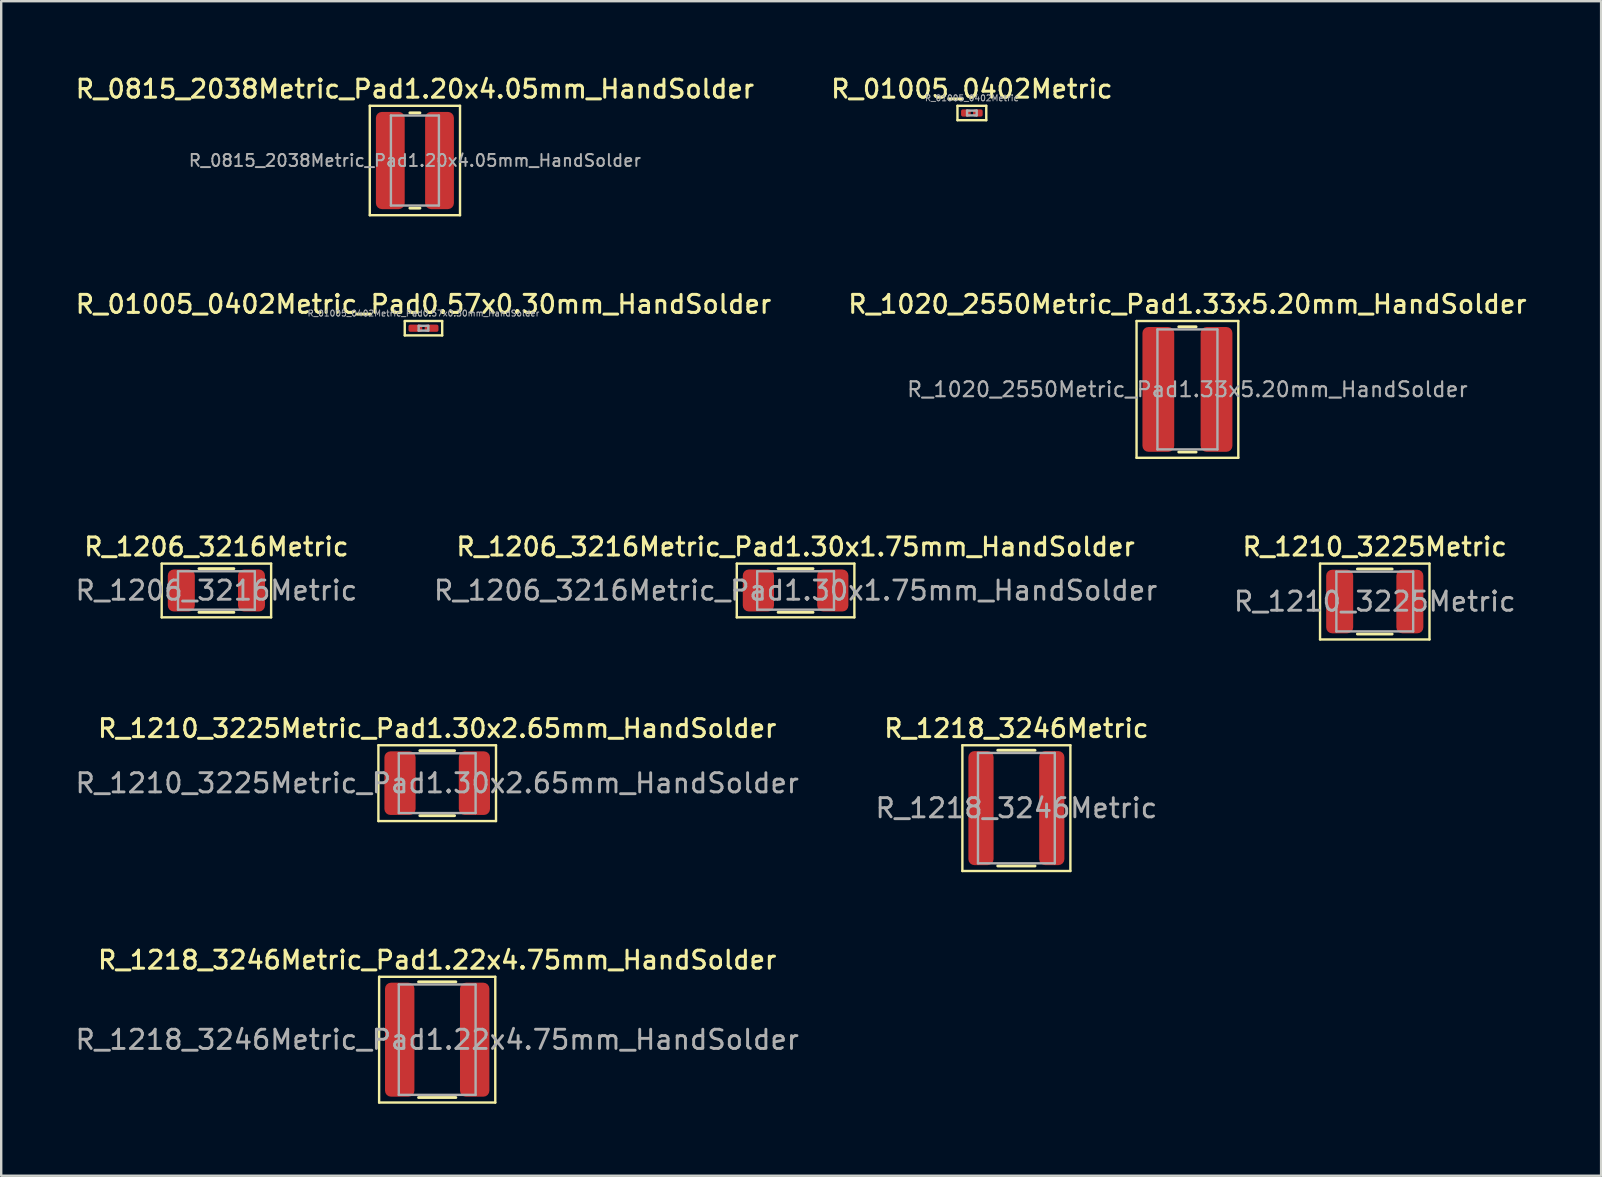
<source format=kicad_pcb>
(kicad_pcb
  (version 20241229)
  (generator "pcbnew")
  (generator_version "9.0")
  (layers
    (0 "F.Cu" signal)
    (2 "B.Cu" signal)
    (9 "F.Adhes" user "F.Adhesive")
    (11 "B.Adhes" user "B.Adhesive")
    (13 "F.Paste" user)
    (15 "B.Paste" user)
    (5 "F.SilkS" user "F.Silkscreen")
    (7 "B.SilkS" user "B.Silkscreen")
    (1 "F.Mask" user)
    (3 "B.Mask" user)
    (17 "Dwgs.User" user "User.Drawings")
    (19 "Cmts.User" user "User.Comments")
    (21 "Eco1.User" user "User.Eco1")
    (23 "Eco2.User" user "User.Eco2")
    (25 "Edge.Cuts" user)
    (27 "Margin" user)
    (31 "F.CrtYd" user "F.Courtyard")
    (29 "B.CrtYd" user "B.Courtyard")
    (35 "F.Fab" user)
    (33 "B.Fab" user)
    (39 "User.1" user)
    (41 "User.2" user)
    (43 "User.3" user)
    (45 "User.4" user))
  (footprint "R_1206_3216Metric"
    (layer "F.Cu")
    (at 5.967 21.554)
    (property "Reference" "R_1206_3216Metric" (at 0 -1.82 0) (layer "F.SilkS") (effects (font (size 0.75 0.75) (thickness 0.125))))
    (attr smd)
    (fp_line (start -2.28 -1.12) (end 2.28 -1.12) (stroke (width 0.1) (type solid)) (layer "F.SilkS"))
    (fp_line (start -2.28 1.12) (end -2.28 -1.12) (stroke (width 0.1) (type solid)) (layer "F.SilkS"))
    (fp_line (start -0.727 -0.91) (end 0.727 -0.91) (stroke (width 0.12) (type solid)) (layer "F.SilkS"))
    (fp_line (start -0.727 0.91) (end 0.727 0.91) (stroke (width 0.12) (type solid)) (layer "F.SilkS"))
    (fp_line (start 2.28 -1.12) (end 2.28 1.12) (stroke (width 0.1) (type solid)) (layer "F.SilkS"))
    (fp_line (start 2.28 1.12) (end -2.28 1.12) (stroke (width 0.1) (type solid)) (layer "F.SilkS"))
    (fp_line (start -1.6 -0.8) (end 1.6 -0.8) (stroke (width 0.1) (type solid)) (layer "F.Fab"))
    (fp_line (start -1.6 0.8) (end -1.6 -0.8) (stroke (width 0.1) (type solid)) (layer "F.Fab"))
    (fp_line (start 1.6 -0.8) (end 1.6 0.8) (stroke (width 0.1) (type solid)) (layer "F.Fab"))
    (fp_line (start 1.6 0.8) (end -1.6 0.8) (stroke (width 0.1) (type solid)) (layer "F.Fab"))
    (fp_text user "${REFERENCE}" (at 0 0 0) (layer "F.Fab") (effects (font (size 0.8 0.8) (thickness 0.12))))
    (pad "1" smd roundrect (at -1.462 0) (size 1.125 1.75) (layers "F.Cu" "F.Mask" "F.Paste") (roundrect_rratio 0.222))
    (pad "2" smd roundrect (at 1.462 0) (size 1.125 1.75) (layers "F.Cu" "F.Mask" "F.Paste") (roundrect_rratio 0.222)))
  (footprint "R_0815_2038Metric_Pad1.20x4.05mm_HandSolder"
    (layer "F.Cu")
    (at 14.238 3.638)
    (property "Reference" "R_0815_2038Metric_Pad1.20x4.05mm_HandSolder" (at 0 -2.98 0) (layer "F.SilkS") (effects (font (size 0.75 0.75) (thickness 0.125))))
    (attr smd)
    (fp_line (start -1.88 -2.28) (end 1.88 -2.28) (stroke (width 0.1) (type solid)) (layer "F.SilkS"))
    (fp_line (start -1.88 2.28) (end -1.88 -2.28) (stroke (width 0.1) (type solid)) (layer "F.SilkS"))
    (fp_line (start -0.21 -1.985) (end 0.21 -1.985) (stroke (width 0.12) (type solid)) (layer "F.SilkS"))
    (fp_line (start -0.21 1.985) (end 0.21 1.985) (stroke (width 0.12) (type solid)) (layer "F.SilkS"))
    (fp_line (start 1.88 -2.28) (end 1.88 2.28) (stroke (width 0.1) (type solid)) (layer "F.SilkS"))
    (fp_line (start 1.88 2.28) (end -1.88 2.28) (stroke (width 0.1) (type solid)) (layer "F.SilkS"))
    (fp_line (start -1 -1.875) (end 1 -1.875) (stroke (width 0.1) (type solid)) (layer "F.Fab"))
    (fp_line (start -1 1.875) (end -1 -1.875) (stroke (width 0.1) (type solid)) (layer "F.Fab"))
    (fp_line (start 1 -1.875) (end 1 1.875) (stroke (width 0.1) (type solid)) (layer "F.Fab"))
    (fp_line (start 1 1.875) (end -1 1.875) (stroke (width 0.1) (type solid)) (layer "F.Fab"))
    (fp_text user "${REFERENCE}" (at 0 0 0) (layer "F.Fab") (effects (font (size 0.5 0.5) (thickness 0.08))))
    (pad "1" smd roundrect (at -1.025 0) (size 1.2 4.05) (layers "F.Cu" "F.Mask" "F.Paste") (roundrect_rratio 0.208))
    (pad "2" smd roundrect (at 1.025 0) (size 1.2 4.05) (layers "F.Cu" "F.Mask" "F.Paste") (roundrect_rratio 0.208)))
  (footprint "R_01005_0402Metric"
    (layer "F.Cu")
    (at 37.445 1.658)
    (property "Reference" "R_01005_0402Metric" (at 0 -1 0) (layer "F.SilkS") (effects (font (size 0.75 0.75) (thickness 0.125))))
    (attr smd)
    (fp_line (start -0.6 -0.3) (end 0.6 -0.3) (stroke (width 0.1) (type solid)) (layer "F.SilkS"))
    (fp_line (start -0.6 0.3) (end -0.6 -0.3) (stroke (width 0.1) (type solid)) (layer "F.SilkS"))
    (fp_line (start 0.6 -0.3) (end 0.6 0.3) (stroke (width 0.1) (type solid)) (layer "F.SilkS"))
    (fp_line (start 0.6 0.3) (end -0.6 0.3) (stroke (width 0.1) (type solid)) (layer "F.SilkS"))
    (fp_line (start -0.2 -0.1) (end 0.2 -0.1) (stroke (width 0.1) (type solid)) (layer "F.Fab"))
    (fp_line (start -0.2 0.1) (end -0.2 -0.1) (stroke (width 0.1) (type solid)) (layer "F.Fab"))
    (fp_line (start 0.2 -0.1) (end 0.2 0.1) (stroke (width 0.1) (type solid)) (layer "F.Fab"))
    (fp_line (start 0.2 0.1) (end -0.2 0.1) (stroke (width 0.1) (type solid)) (layer "F.Fab"))
    (fp_text user "${REFERENCE}" (at 0 -0.62 0) (layer "F.Fab") (effects (font (size 0.25 0.25) (thickness 0.04))))
    (pad "" smd roundrect (at -0.275 0) (size 0.27 0.27) (layers "F.Paste") (roundrect_rratio 0.25))
    (pad "" smd roundrect (at 0.275 0) (size 0.27 0.27) (layers "F.Paste") (roundrect_rratio 0.25))
    (pad "1" smd roundrect (at -0.25 0) (size 0.4 0.3) (layers "F.Cu" "F.Mask") (roundrect_rratio 0.25))
    (pad "2" smd roundrect (at 0.25 0) (size 0.4 0.3) (layers "F.Cu" "F.Mask") (roundrect_rratio 0.25)))
  (footprint "R_1218_3246Metric"
    (layer "F.Cu")
    (at 39.3 30.622)
    (property "Reference" "R_1218_3246Metric" (at 0 -3.32 0) (layer "F.SilkS") (effects (font (size 0.75 0.75) (thickness 0.125))))
    (attr smd)
    (fp_line (start -2.25 -2.62) (end 2.25 -2.62) (stroke (width 0.1) (type solid)) (layer "F.SilkS"))
    (fp_line (start -2.25 2.62) (end -2.25 -2.62) (stroke (width 0.1) (type solid)) (layer "F.SilkS"))
    (fp_line (start -0.777 -2.41) (end 0.777 -2.41) (stroke (width 0.12) (type solid)) (layer "F.SilkS"))
    (fp_line (start -0.777 2.41) (end 0.777 2.41) (stroke (width 0.12) (type solid)) (layer "F.SilkS"))
    (fp_line (start 2.25 -2.62) (end 2.25 2.62) (stroke (width 0.1) (type solid)) (layer "F.SilkS"))
    (fp_line (start 2.25 2.62) (end -2.25 2.62) (stroke (width 0.1) (type solid)) (layer "F.SilkS"))
    (fp_line (start -1.6 -2.3) (end 1.6 -2.3) (stroke (width 0.1) (type solid)) (layer "F.Fab"))
    (fp_line (start -1.6 2.3) (end -1.6 -2.3) (stroke (width 0.1) (type solid)) (layer "F.Fab"))
    (fp_line (start 1.6 -2.3) (end 1.6 2.3) (stroke (width 0.1) (type solid)) (layer "F.Fab"))
    (fp_line (start 1.6 2.3) (end -1.6 2.3) (stroke (width 0.1) (type solid)) (layer "F.Fab"))
    (fp_text user "${REFERENCE}" (at 0 0 0) (layer "F.Fab") (effects (font (size 0.8 0.8) (thickness 0.12))))
    (pad "1" smd roundrect (at -1.475 0) (size 1.05 4.75) (layers "F.Cu" "F.Mask" "F.Paste") (roundrect_rratio 0.238))
    (pad "2" smd roundrect (at 1.475 0) (size 1.05 4.75) (layers "F.Cu" "F.Mask" "F.Paste") (roundrect_rratio 0.238)))
  (footprint "R_1210_3225Metric"
    (layer "F.Cu")
    (at 54.233 22.014)
    (property "Reference" "R_1210_3225Metric" (at 0 -2.28 0) (layer "F.SilkS") (effects (font (size 0.75 0.75) (thickness 0.125))))
    (attr smd)
    (fp_line (start -2.28 -1.58) (end 2.28 -1.58) (stroke (width 0.1) (type solid)) (layer "F.SilkS"))
    (fp_line (start -2.28 1.58) (end -2.28 -1.58) (stroke (width 0.1) (type solid)) (layer "F.SilkS"))
    (fp_line (start -0.724 -1.355) (end 0.724 -1.355) (stroke (width 0.12) (type solid)) (layer "F.SilkS"))
    (fp_line (start -0.724 1.355) (end 0.724 1.355) (stroke (width 0.12) (type solid)) (layer "F.SilkS"))
    (fp_line (start 2.28 -1.58) (end 2.28 1.58) (stroke (width 0.1) (type solid)) (layer "F.SilkS"))
    (fp_line (start 2.28 1.58) (end -2.28 1.58) (stroke (width 0.1) (type solid)) (layer "F.SilkS"))
    (fp_line (start -1.6 -1.245) (end 1.6 -1.245) (stroke (width 0.1) (type solid)) (layer "F.Fab"))
    (fp_line (start -1.6 1.245) (end -1.6 -1.245) (stroke (width 0.1) (type solid)) (layer "F.Fab"))
    (fp_line (start 1.6 -1.245) (end 1.6 1.245) (stroke (width 0.1) (type solid)) (layer "F.Fab"))
    (fp_line (start 1.6 1.245) (end -1.6 1.245) (stroke (width 0.1) (type solid)) (layer "F.Fab"))
    (fp_text user "${REFERENCE}" (at 0 0 0) (layer "F.Fab") (effects (font (size 0.8 0.8) (thickness 0.12))))
    (pad "1" smd roundrect (at -1.462 0) (size 1.125 2.65) (layers "F.Cu" "F.Mask" "F.Paste") (roundrect_rratio 0.222))
    (pad "2" smd roundrect (at 1.462 0) (size 1.125 2.65) (layers "F.Cu" "F.Mask" "F.Paste") (roundrect_rratio 0.222)))
  (footprint "R_01005_0402Metric_Pad0.57x0.30mm_HandSolder"
    (layer "F.Cu")
    (at 14.595 10.626)
    (property "Reference" "R_01005_0402Metric_Pad0.57x0.30mm_HandSolder" (at 0 -1 0) (layer "F.SilkS") (effects (font (size 0.75 0.75) (thickness 0.125))))
    (attr smd)
    (fp_line (start -0.78 -0.3) (end 0.78 -0.3) (stroke (width 0.1) (type solid)) (layer "F.SilkS"))
    (fp_line (start -0.78 0.3) (end -0.78 -0.3) (stroke (width 0.1) (type solid)) (layer "F.SilkS"))
    (fp_line (start 0.78 -0.3) (end 0.78 0.3) (stroke (width 0.1) (type solid)) (layer "F.SilkS"))
    (fp_line (start 0.78 0.3) (end -0.78 0.3) (stroke (width 0.1) (type solid)) (layer "F.SilkS"))
    (fp_line (start -0.2 -0.1) (end 0.2 -0.1) (stroke (width 0.1) (type solid)) (layer "F.Fab"))
    (fp_line (start -0.2 0.1) (end -0.2 -0.1) (stroke (width 0.1) (type solid)) (layer "F.Fab"))
    (fp_line (start 0.2 -0.1) (end 0.2 0.1) (stroke (width 0.1) (type solid)) (layer "F.Fab"))
    (fp_line (start 0.2 0.1) (end -0.2 0.1) (stroke (width 0.1) (type solid)) (layer "F.Fab"))
    (fp_text user "${REFERENCE}" (at 0 -0.62 0) (layer "F.Fab") (effects (font (size 0.25 0.25) (thickness 0.04))))
    (pad "" smd roundrect (at -0.362 0) (size 0.41 0.27) (layers "F.Paste") (roundrect_rratio 0.25))
    (pad "" smd roundrect (at 0.362 0) (size 0.41 0.27) (layers "F.Paste") (roundrect_rratio 0.25))
    (pad "1" smd roundrect (at -0.338 0) (size 0.575 0.3) (layers "F.Cu" "F.Mask") (roundrect_rratio 0.25))
    (pad "2" smd roundrect (at 0.338 0) (size 0.575 0.3) (layers "F.Cu" "F.Mask") (roundrect_rratio 0.25)))
  (footprint "R_1206_3216Metric_Pad1.30x1.75mm_HandSolder"
    (layer "F.Cu")
    (at 30.1 21.554)
    (property "Reference" "R_1206_3216Metric_Pad1.30x1.75mm_HandSolder" (at 0 -1.82 0) (layer "F.SilkS") (effects (font (size 0.75 0.75) (thickness 0.125))))
    (attr smd)
    (fp_line (start -2.45 -1.12) (end 2.45 -1.12) (stroke (width 0.1) (type solid)) (layer "F.SilkS"))
    (fp_line (start -2.45 1.12) (end -2.45 -1.12) (stroke (width 0.1) (type solid)) (layer "F.SilkS"))
    (fp_line (start -0.727 -0.91) (end 0.727 -0.91) (stroke (width 0.12) (type solid)) (layer "F.SilkS"))
    (fp_line (start -0.727 0.91) (end 0.727 0.91) (stroke (width 0.12) (type solid)) (layer "F.SilkS"))
    (fp_line (start 2.45 -1.12) (end 2.45 1.12) (stroke (width 0.1) (type solid)) (layer "F.SilkS"))
    (fp_line (start 2.45 1.12) (end -2.45 1.12) (stroke (width 0.1) (type solid)) (layer "F.SilkS"))
    (fp_line (start -1.6 -0.8) (end 1.6 -0.8) (stroke (width 0.1) (type solid)) (layer "F.Fab"))
    (fp_line (start -1.6 0.8) (end -1.6 -0.8) (stroke (width 0.1) (type solid)) (layer "F.Fab"))
    (fp_line (start 1.6 -0.8) (end 1.6 0.8) (stroke (width 0.1) (type solid)) (layer "F.Fab"))
    (fp_line (start 1.6 0.8) (end -1.6 0.8) (stroke (width 0.1) (type solid)) (layer "F.Fab"))
    (fp_text user "${REFERENCE}" (at 0 0 0) (layer "F.Fab") (effects (font (size 0.8 0.8) (thickness 0.12))))
    (pad "1" smd roundrect (at -1.55 0) (size 1.3 1.75) (layers "F.Cu" "F.Mask" "F.Paste") (roundrect_rratio 0.192))
    (pad "2" smd roundrect (at 1.55 0) (size 1.3 1.75) (layers "F.Cu" "F.Mask" "F.Paste") (roundrect_rratio 0.192)))
  (footprint "R_1210_3225Metric_Pad1.30x2.65mm_HandSolder"
    (layer "F.Cu")
    (at 15.167 29.582)
    (property "Reference" "R_1210_3225Metric_Pad1.30x2.65mm_HandSolder" (at 0 -2.28 0) (layer "F.SilkS") (effects (font (size 0.75 0.75) (thickness 0.125))))
    (attr smd)
    (fp_line (start -2.45 -1.58) (end 2.45 -1.58) (stroke (width 0.1) (type solid)) (layer "F.SilkS"))
    (fp_line (start -2.45 1.58) (end -2.45 -1.58) (stroke (width 0.1) (type solid)) (layer "F.SilkS"))
    (fp_line (start -0.724 -1.355) (end 0.724 -1.355) (stroke (width 0.12) (type solid)) (layer "F.SilkS"))
    (fp_line (start -0.724 1.355) (end 0.724 1.355) (stroke (width 0.12) (type solid)) (layer "F.SilkS"))
    (fp_line (start 2.45 -1.58) (end 2.45 1.58) (stroke (width 0.1) (type solid)) (layer "F.SilkS"))
    (fp_line (start 2.45 1.58) (end -2.45 1.58) (stroke (width 0.1) (type solid)) (layer "F.SilkS"))
    (fp_line (start -1.6 -1.245) (end 1.6 -1.245) (stroke (width 0.1) (type solid)) (layer "F.Fab"))
    (fp_line (start -1.6 1.245) (end -1.6 -1.245) (stroke (width 0.1) (type solid)) (layer "F.Fab"))
    (fp_line (start 1.6 -1.245) (end 1.6 1.245) (stroke (width 0.1) (type solid)) (layer "F.Fab"))
    (fp_line (start 1.6 1.245) (end -1.6 1.245) (stroke (width 0.1) (type solid)) (layer "F.Fab"))
    (fp_text user "${REFERENCE}" (at 0 0 0) (layer "F.Fab") (effects (font (size 0.8 0.8) (thickness 0.12))))
    (pad "1" smd roundrect (at -1.55 0) (size 1.3 2.65) (layers "F.Cu" "F.Mask" "F.Paste") (roundrect_rratio 0.192))
    (pad "2" smd roundrect (at 1.55 0) (size 1.3 2.65) (layers "F.Cu" "F.Mask" "F.Paste") (roundrect_rratio 0.192)))
  (footprint "R_1020_2550Metric_Pad1.33x5.20mm_HandSolder"
    (layer "F.Cu")
    (at 46.427 13.176)
    (property "Reference" "R_1020_2550Metric_Pad1.33x5.20mm_HandSolder" (at 0 -3.55 0) (layer "F.SilkS") (effects (font (size 0.75 0.75) (thickness 0.125))))
    (attr smd)
    (fp_line (start -2.12 -2.85) (end 2.12 -2.85) (stroke (width 0.1) (type solid)) (layer "F.SilkS"))
    (fp_line (start -2.12 2.85) (end -2.12 -2.85) (stroke (width 0.1) (type solid)) (layer "F.SilkS"))
    (fp_line (start -0.361 -2.61) (end 0.361 -2.61) (stroke (width 0.12) (type solid)) (layer "F.SilkS"))
    (fp_line (start -0.361 2.61) (end 0.361 2.61) (stroke (width 0.12) (type solid)) (layer "F.SilkS"))
    (fp_line (start 2.12 -2.85) (end 2.12 2.85) (stroke (width 0.1) (type solid)) (layer "F.SilkS"))
    (fp_line (start 2.12 2.85) (end -2.12 2.85) (stroke (width 0.1) (type solid)) (layer "F.SilkS"))
    (fp_line (start -1.25 -2.5) (end 1.25 -2.5) (stroke (width 0.1) (type solid)) (layer "F.Fab"))
    (fp_line (start -1.25 2.5) (end -1.25 -2.5) (stroke (width 0.1) (type solid)) (layer "F.Fab"))
    (fp_line (start 1.25 -2.5) (end 1.25 2.5) (stroke (width 0.1) (type solid)) (layer "F.Fab"))
    (fp_line (start 1.25 2.5) (end -1.25 2.5) (stroke (width 0.1) (type solid)) (layer "F.Fab"))
    (fp_text user "${REFERENCE}" (at 0 0 0) (layer "F.Fab") (effects (font (size 0.62 0.62) (thickness 0.09))))
    (pad "1" smd roundrect (at -1.212 0) (size 1.325 5.2) (layers "F.Cu" "F.Mask" "F.Paste") (roundrect_rratio 0.189))
    (pad "2" smd roundrect (at 1.212 0) (size 1.325 5.2) (layers "F.Cu" "F.Mask" "F.Paste") (roundrect_rratio 0.189)))
  (footprint "R_1218_3246Metric_Pad1.22x4.75mm_HandSolder"
    (layer "F.Cu")
    (at 15.167 40.271)
    (property "Reference" "R_1218_3246Metric_Pad1.22x4.75mm_HandSolder" (at 0 -3.32 0) (layer "F.SilkS") (effects (font (size 0.75 0.75) (thickness 0.125))))
    (attr smd)
    (fp_line (start -2.42 -2.62) (end 2.42 -2.62) (stroke (width 0.1) (type solid)) (layer "F.SilkS"))
    (fp_line (start -2.42 2.62) (end -2.42 -2.62) (stroke (width 0.1) (type solid)) (layer "F.SilkS"))
    (fp_line (start -0.777 -2.41) (end 0.777 -2.41) (stroke (width 0.12) (type solid)) (layer "F.SilkS"))
    (fp_line (start -0.777 2.41) (end 0.777 2.41) (stroke (width 0.12) (type solid)) (layer "F.SilkS"))
    (fp_line (start 2.42 -2.62) (end 2.42 2.62) (stroke (width 0.1) (type solid)) (layer "F.SilkS"))
    (fp_line (start 2.42 2.62) (end -2.42 2.62) (stroke (width 0.1) (type solid)) (layer "F.SilkS"))
    (fp_line (start -1.6 -2.3) (end 1.6 -2.3) (stroke (width 0.1) (type solid)) (layer "F.Fab"))
    (fp_line (start -1.6 2.3) (end -1.6 -2.3) (stroke (width 0.1) (type solid)) (layer "F.Fab"))
    (fp_line (start 1.6 -2.3) (end 1.6 2.3) (stroke (width 0.1) (type solid)) (layer "F.Fab"))
    (fp_line (start 1.6 2.3) (end -1.6 2.3) (stroke (width 0.1) (type solid)) (layer "F.Fab"))
    (fp_text user "${REFERENCE}" (at 0 0 0) (layer "F.Fab") (effects (font (size 0.8 0.8) (thickness 0.12))))
    (pad "1" smd roundrect (at -1.562 0) (size 1.225 4.75) (layers "F.Cu" "F.Mask" "F.Paste") (roundrect_rratio 0.204))
    (pad "2" smd roundrect (at 1.562 0) (size 1.225 4.75) (layers "F.Cu" "F.Mask" "F.Paste") (roundrect_rratio 0.204)))
  (gr_rect
    (start -3 -3)
    (end 63.664 45.941)
    (stroke (width 0.1) (type default))
    (fill no)
    (layer "Edge.Cuts")))
</source>
